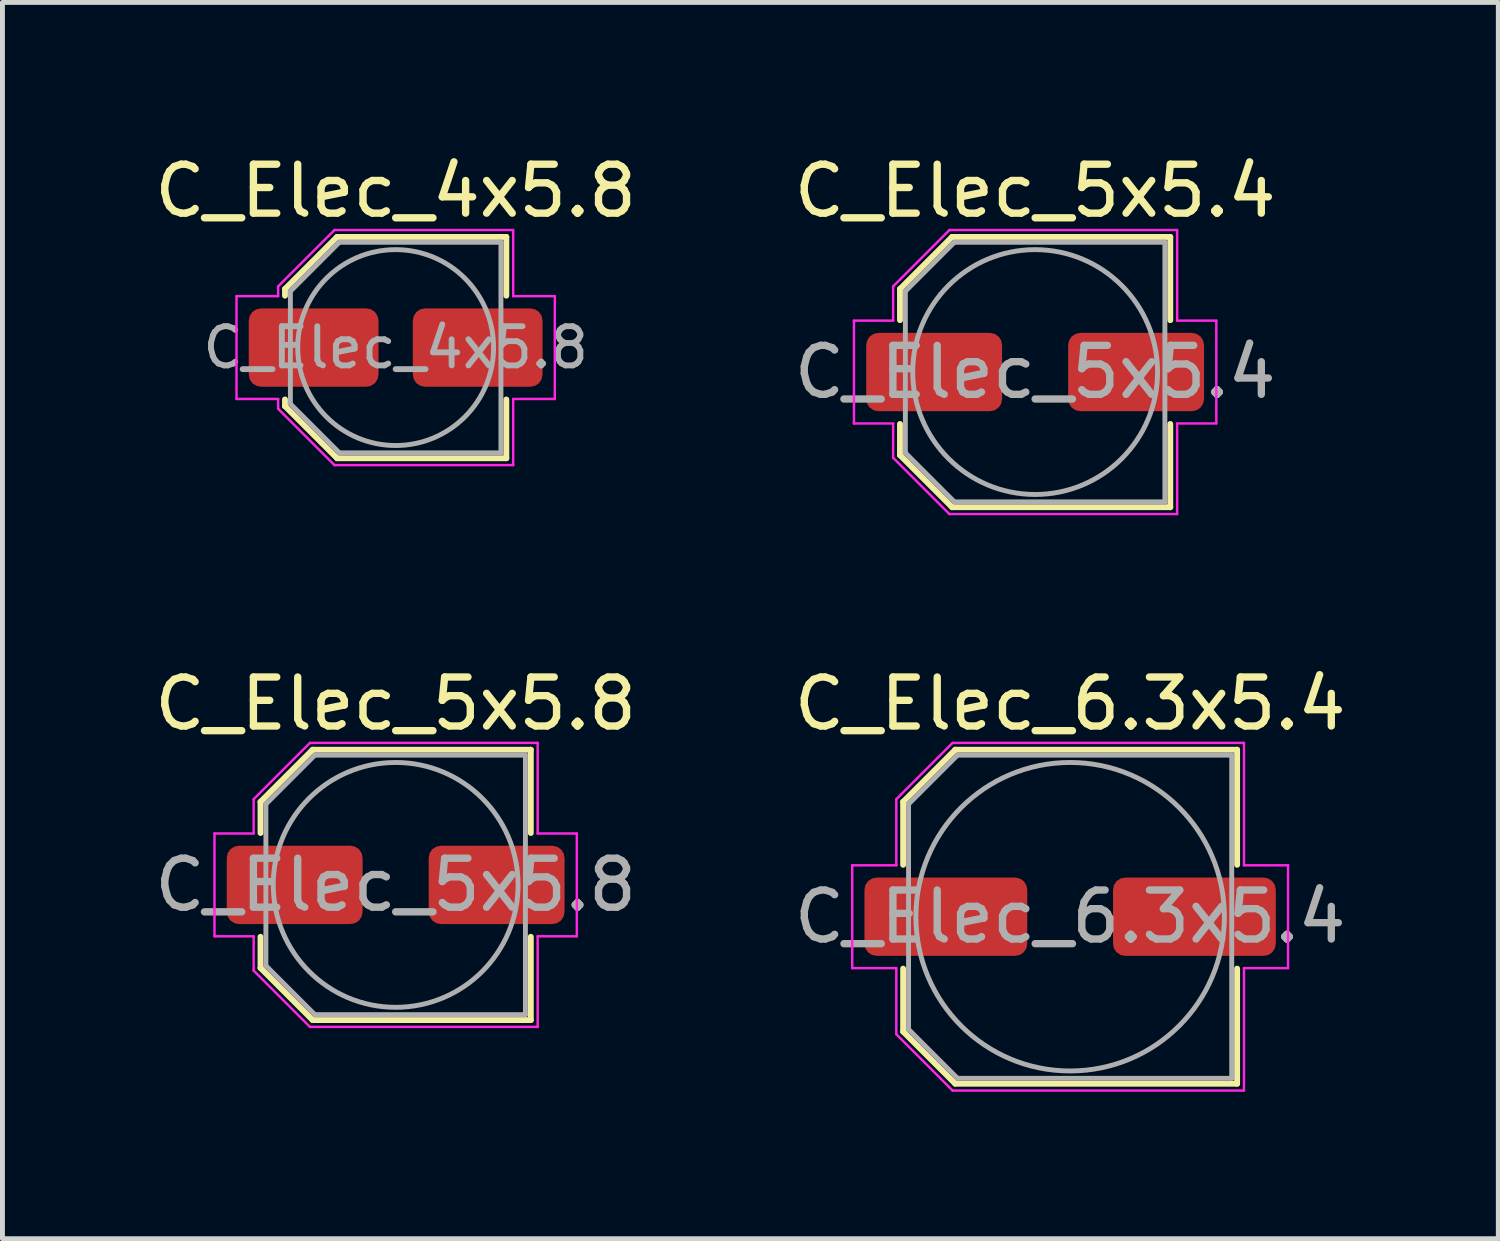
<source format=kicad_pcb>
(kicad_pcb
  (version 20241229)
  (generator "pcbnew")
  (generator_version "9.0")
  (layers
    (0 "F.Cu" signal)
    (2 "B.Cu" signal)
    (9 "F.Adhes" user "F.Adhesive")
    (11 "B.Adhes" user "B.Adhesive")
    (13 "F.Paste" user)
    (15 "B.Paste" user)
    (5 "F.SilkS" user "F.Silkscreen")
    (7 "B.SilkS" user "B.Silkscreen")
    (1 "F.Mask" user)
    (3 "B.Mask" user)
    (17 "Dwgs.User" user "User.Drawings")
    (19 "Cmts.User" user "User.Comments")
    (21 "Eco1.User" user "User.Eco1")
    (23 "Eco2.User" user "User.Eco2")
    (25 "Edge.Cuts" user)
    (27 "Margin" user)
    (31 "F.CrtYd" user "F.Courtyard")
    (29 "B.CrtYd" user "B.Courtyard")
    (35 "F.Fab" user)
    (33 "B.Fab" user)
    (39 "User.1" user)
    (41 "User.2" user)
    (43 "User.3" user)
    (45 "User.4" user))
  (footprint "C_Elec_6.3x5.4"
    (layer "F.Cu")
    (at 18.804 15.671)
    (property "Reference" "C_Elec_6.3x5.4" (at 0 -4.35 0) (layer "F.SilkS") (effects (font (size 1 1) (thickness 0.15))))
    (attr smd)
    (fp_line (start -3.41 -2.346) (end -3.41 -1.06) (stroke (width 0.12) (type solid)) (layer "F.SilkS"))
    (fp_line (start -3.41 -2.346) (end -2.346 -3.41) (stroke (width 0.12) (type solid)) (layer "F.SilkS"))
    (fp_line (start -3.41 2.346) (end -3.41 1.06) (stroke (width 0.12) (type solid)) (layer "F.SilkS"))
    (fp_line (start -3.41 2.346) (end -2.346 3.41) (stroke (width 0.12) (type solid)) (layer "F.SilkS"))
    (fp_line (start -2.346 -3.41) (end 3.41 -3.41) (stroke (width 0.12) (type solid)) (layer "F.SilkS"))
    (fp_line (start -2.346 3.41) (end 3.41 3.41) (stroke (width 0.12) (type solid)) (layer "F.SilkS"))
    (fp_line (start 3.41 -3.41) (end 3.41 -1.06) (stroke (width 0.12) (type solid)) (layer "F.SilkS"))
    (fp_line (start 3.41 3.41) (end 3.41 1.06) (stroke (width 0.12) (type solid)) (layer "F.SilkS"))
    (fp_line (start -4.45 -1.05) (end -4.45 1.05) (stroke (width 0.05) (type solid)) (layer "F.CrtYd"))
    (fp_line (start -4.45 1.05) (end -3.55 1.05) (stroke (width 0.05) (type solid)) (layer "F.CrtYd"))
    (fp_line (start -3.55 -2.4) (end -3.55 -1.05) (stroke (width 0.05) (type solid)) (layer "F.CrtYd"))
    (fp_line (start -3.55 -2.4) (end -2.4 -3.55) (stroke (width 0.05) (type solid)) (layer "F.CrtYd"))
    (fp_line (start -3.55 -1.05) (end -4.45 -1.05) (stroke (width 0.05) (type solid)) (layer "F.CrtYd"))
    (fp_line (start -3.55 1.05) (end -3.55 2.4) (stroke (width 0.05) (type solid)) (layer "F.CrtYd"))
    (fp_line (start -3.55 2.4) (end -2.4 3.55) (stroke (width 0.05) (type solid)) (layer "F.CrtYd"))
    (fp_line (start -2.4 -3.55) (end 3.55 -3.55) (stroke (width 0.05) (type solid)) (layer "F.CrtYd"))
    (fp_line (start -2.4 3.55) (end 3.55 3.55) (stroke (width 0.05) (type solid)) (layer "F.CrtYd"))
    (fp_line (start 3.55 -3.55) (end 3.55 -1.05) (stroke (width 0.05) (type solid)) (layer "F.CrtYd"))
    (fp_line (start 3.55 -1.05) (end 4.45 -1.05) (stroke (width 0.05) (type solid)) (layer "F.CrtYd"))
    (fp_line (start 3.55 1.05) (end 3.55 3.55) (stroke (width 0.05) (type solid)) (layer "F.CrtYd"))
    (fp_line (start 4.45 -1.05) (end 4.45 1.05) (stroke (width 0.05) (type solid)) (layer "F.CrtYd"))
    (fp_line (start 4.45 1.05) (end 3.55 1.05) (stroke (width 0.05) (type solid)) (layer "F.CrtYd"))
    (fp_line (start -3.3 -2.3) (end -3.3 2.3) (stroke (width 0.1) (type solid)) (layer "F.Fab"))
    (fp_line (start -3.3 -2.3) (end -2.3 -3.3) (stroke (width 0.1) (type solid)) (layer "F.Fab"))
    (fp_line (start -3.3 2.3) (end -2.3 3.3) (stroke (width 0.1) (type solid)) (layer "F.Fab"))
    (fp_line (start -2.3 -3.3) (end 3.3 -3.3) (stroke (width 0.1) (type solid)) (layer "F.Fab"))
    (fp_line (start -2.3 3.3) (end 3.3 3.3) (stroke (width 0.1) (type solid)) (layer "F.Fab"))
    (fp_line (start 3.3 -3.3) (end 3.3 3.3) (stroke (width 0.1) (type solid)) (layer "F.Fab"))
    (fp_circle (center 0 0) (end 3.15 0) (stroke (width 0.1) (type solid)) (fill no) (layer "F.Fab"))
    (fp_text user "${REFERENCE}" (at 0 0 0) (layer "F.Fab") (effects (font (size 1 1) (thickness 0.15))))
    (pad "1" smd roundrect (at -2.538 0) (size 3.325 1.6) (layers "F.Cu" "F.Mask" "F.Paste") (roundrect_rratio 0.156))
    (pad "2" smd roundrect (at 2.538 0) (size 3.325 1.6) (layers "F.Cu" "F.Mask" "F.Paste") (roundrect_rratio 0.156)))
  (footprint "C_Elec_4x5.8"
    (layer "F.Cu")
    (at 5.03 4.048)
    (property "Reference" "C_Elec_4x5.8" (at 0 -3.2 0) (layer "F.SilkS") (effects (font (size 1 1) (thickness 0.15))))
    (attr smd)
    (fp_line (start -2.26 -1.196) (end -2.26 -1.06) (stroke (width 0.12) (type solid)) (layer "F.SilkS"))
    (fp_line (start -2.26 -1.196) (end -1.196 -2.26) (stroke (width 0.12) (type solid)) (layer "F.SilkS"))
    (fp_line (start -2.26 1.196) (end -2.26 1.06) (stroke (width 0.12) (type solid)) (layer "F.SilkS"))
    (fp_line (start -2.26 1.196) (end -1.196 2.26) (stroke (width 0.12) (type solid)) (layer "F.SilkS"))
    (fp_line (start -1.196 -2.26) (end 2.26 -2.26) (stroke (width 0.12) (type solid)) (layer "F.SilkS"))
    (fp_line (start -1.196 2.26) (end 2.26 2.26) (stroke (width 0.12) (type solid)) (layer "F.SilkS"))
    (fp_line (start 2.26 -2.26) (end 2.26 -1.06) (stroke (width 0.12) (type solid)) (layer "F.SilkS"))
    (fp_line (start 2.26 2.26) (end 2.26 1.06) (stroke (width 0.12) (type solid)) (layer "F.SilkS"))
    (fp_line (start -3.25 -1.05) (end -3.25 1.05) (stroke (width 0.05) (type solid)) (layer "F.CrtYd"))
    (fp_line (start -3.25 1.05) (end -2.4 1.05) (stroke (width 0.05) (type solid)) (layer "F.CrtYd"))
    (fp_line (start -2.4 -1.25) (end -2.4 -1.05) (stroke (width 0.05) (type solid)) (layer "F.CrtYd"))
    (fp_line (start -2.4 -1.25) (end -1.25 -2.4) (stroke (width 0.05) (type solid)) (layer "F.CrtYd"))
    (fp_line (start -2.4 -1.05) (end -3.25 -1.05) (stroke (width 0.05) (type solid)) (layer "F.CrtYd"))
    (fp_line (start -2.4 1.05) (end -2.4 1.25) (stroke (width 0.05) (type solid)) (layer "F.CrtYd"))
    (fp_line (start -2.4 1.25) (end -1.25 2.4) (stroke (width 0.05) (type solid)) (layer "F.CrtYd"))
    (fp_line (start -1.25 -2.4) (end 2.4 -2.4) (stroke (width 0.05) (type solid)) (layer "F.CrtYd"))
    (fp_line (start -1.25 2.4) (end 2.4 2.4) (stroke (width 0.05) (type solid)) (layer "F.CrtYd"))
    (fp_line (start 2.4 -2.4) (end 2.4 -1.05) (stroke (width 0.05) (type solid)) (layer "F.CrtYd"))
    (fp_line (start 2.4 -1.05) (end 3.25 -1.05) (stroke (width 0.05) (type solid)) (layer "F.CrtYd"))
    (fp_line (start 2.4 1.05) (end 2.4 2.4) (stroke (width 0.05) (type solid)) (layer "F.CrtYd"))
    (fp_line (start 3.25 -1.05) (end 3.25 1.05) (stroke (width 0.05) (type solid)) (layer "F.CrtYd"))
    (fp_line (start 3.25 1.05) (end 2.4 1.05) (stroke (width 0.05) (type solid)) (layer "F.CrtYd"))
    (fp_line (start -2.15 -1.15) (end -2.15 1.15) (stroke (width 0.1) (type solid)) (layer "F.Fab"))
    (fp_line (start -2.15 -1.15) (end -1.15 -2.15) (stroke (width 0.1) (type solid)) (layer "F.Fab"))
    (fp_line (start -2.15 1.15) (end -1.15 2.15) (stroke (width 0.1) (type solid)) (layer "F.Fab"))
    (fp_line (start -1.15 -2.15) (end 2.15 -2.15) (stroke (width 0.1) (type solid)) (layer "F.Fab"))
    (fp_line (start -1.15 2.15) (end 2.15 2.15) (stroke (width 0.1) (type solid)) (layer "F.Fab"))
    (fp_line (start 2.15 -2.15) (end 2.15 2.15) (stroke (width 0.1) (type solid)) (layer "F.Fab"))
    (fp_circle (center 0 0) (end 2 0) (stroke (width 0.1) (type solid)) (fill no) (layer "F.Fab"))
    (fp_text user "${REFERENCE}" (at 0 0 0) (layer "F.Fab") (effects (font (size 0.8 0.8) (thickness 0.12))))
    (pad "1" smd roundrect (at -1.675 0) (size 2.65 1.6) (layers "F.Cu" "F.Mask" "F.Paste") (roundrect_rratio 0.156))
    (pad "2" smd roundrect (at 1.675 0) (size 2.65 1.6) (layers "F.Cu" "F.Mask" "F.Paste") (roundrect_rratio 0.156)))
  (footprint "C_Elec_5x5.4"
    (layer "F.Cu")
    (at 18.089 4.548)
    (property "Reference" "C_Elec_5x5.4" (at 0 -3.7 0) (layer "F.SilkS") (effects (font (size 1 1) (thickness 0.15))))
    (attr smd)
    (fp_line (start -2.76 -1.696) (end -2.76 -1.06) (stroke (width 0.12) (type solid)) (layer "F.SilkS"))
    (fp_line (start -2.76 -1.696) (end -1.696 -2.76) (stroke (width 0.12) (type solid)) (layer "F.SilkS"))
    (fp_line (start -2.76 1.696) (end -2.76 1.06) (stroke (width 0.12) (type solid)) (layer "F.SilkS"))
    (fp_line (start -2.76 1.696) (end -1.696 2.76) (stroke (width 0.12) (type solid)) (layer "F.SilkS"))
    (fp_line (start -1.696 -2.76) (end 2.76 -2.76) (stroke (width 0.12) (type solid)) (layer "F.SilkS"))
    (fp_line (start -1.696 2.76) (end 2.76 2.76) (stroke (width 0.12) (type solid)) (layer "F.SilkS"))
    (fp_line (start 2.76 -2.76) (end 2.76 -1.06) (stroke (width 0.12) (type solid)) (layer "F.SilkS"))
    (fp_line (start 2.76 2.76) (end 2.76 1.06) (stroke (width 0.12) (type solid)) (layer "F.SilkS"))
    (fp_line (start -3.7 -1.05) (end -3.7 1.05) (stroke (width 0.05) (type solid)) (layer "F.CrtYd"))
    (fp_line (start -3.7 1.05) (end -2.9 1.05) (stroke (width 0.05) (type solid)) (layer "F.CrtYd"))
    (fp_line (start -2.9 -1.75) (end -2.9 -1.05) (stroke (width 0.05) (type solid)) (layer "F.CrtYd"))
    (fp_line (start -2.9 -1.75) (end -1.75 -2.9) (stroke (width 0.05) (type solid)) (layer "F.CrtYd"))
    (fp_line (start -2.9 -1.05) (end -3.7 -1.05) (stroke (width 0.05) (type solid)) (layer "F.CrtYd"))
    (fp_line (start -2.9 1.05) (end -2.9 1.75) (stroke (width 0.05) (type solid)) (layer "F.CrtYd"))
    (fp_line (start -2.9 1.75) (end -1.75 2.9) (stroke (width 0.05) (type solid)) (layer "F.CrtYd"))
    (fp_line (start -1.75 -2.9) (end 2.9 -2.9) (stroke (width 0.05) (type solid)) (layer "F.CrtYd"))
    (fp_line (start -1.75 2.9) (end 2.9 2.9) (stroke (width 0.05) (type solid)) (layer "F.CrtYd"))
    (fp_line (start 2.9 -2.9) (end 2.9 -1.05) (stroke (width 0.05) (type solid)) (layer "F.CrtYd"))
    (fp_line (start 2.9 -1.05) (end 3.7 -1.05) (stroke (width 0.05) (type solid)) (layer "F.CrtYd"))
    (fp_line (start 2.9 1.05) (end 2.9 2.9) (stroke (width 0.05) (type solid)) (layer "F.CrtYd"))
    (fp_line (start 3.7 -1.05) (end 3.7 1.05) (stroke (width 0.05) (type solid)) (layer "F.CrtYd"))
    (fp_line (start 3.7 1.05) (end 2.9 1.05) (stroke (width 0.05) (type solid)) (layer "F.CrtYd"))
    (fp_line (start -2.65 -1.65) (end -2.65 1.65) (stroke (width 0.1) (type solid)) (layer "F.Fab"))
    (fp_line (start -2.65 -1.65) (end -1.65 -2.65) (stroke (width 0.1) (type solid)) (layer "F.Fab"))
    (fp_line (start -2.65 1.65) (end -1.65 2.65) (stroke (width 0.1) (type solid)) (layer "F.Fab"))
    (fp_line (start -1.65 -2.65) (end 2.65 -2.65) (stroke (width 0.1) (type solid)) (layer "F.Fab"))
    (fp_line (start -1.65 2.65) (end 2.65 2.65) (stroke (width 0.1) (type solid)) (layer "F.Fab"))
    (fp_line (start 2.65 -2.65) (end 2.65 2.65) (stroke (width 0.1) (type solid)) (layer "F.Fab"))
    (fp_circle (center 0 0) (end 2.5 0) (stroke (width 0.1) (type solid)) (fill no) (layer "F.Fab"))
    (fp_text user "${REFERENCE}" (at 0 0 0) (layer "F.Fab") (effects (font (size 1 1) (thickness 0.15))))
    (pad "1" smd roundrect (at -2.062 0) (size 2.775 1.6) (layers "F.Cu" "F.Mask" "F.Paste") (roundrect_rratio 0.156))
    (pad "2" smd roundrect (at 2.062 0) (size 2.775 1.6) (layers "F.Cu" "F.Mask" "F.Paste") (roundrect_rratio 0.156)))
  (footprint "C_Elec_5x5.8"
    (layer "F.Cu")
    (at 5.03 15.021)
    (property "Reference" "C_Elec_5x5.8" (at 0 -3.7 0) (layer "F.SilkS") (effects (font (size 1 1) (thickness 0.15))))
    (attr smd)
    (fp_line (start -2.76 -1.696) (end -2.76 -1.06) (stroke (width 0.12) (type solid)) (layer "F.SilkS"))
    (fp_line (start -2.76 -1.696) (end -1.696 -2.76) (stroke (width 0.12) (type solid)) (layer "F.SilkS"))
    (fp_line (start -2.76 1.696) (end -2.76 1.06) (stroke (width 0.12) (type solid)) (layer "F.SilkS"))
    (fp_line (start -2.76 1.696) (end -1.696 2.76) (stroke (width 0.12) (type solid)) (layer "F.SilkS"))
    (fp_line (start -1.696 -2.76) (end 2.76 -2.76) (stroke (width 0.12) (type solid)) (layer "F.SilkS"))
    (fp_line (start -1.696 2.76) (end 2.76 2.76) (stroke (width 0.12) (type solid)) (layer "F.SilkS"))
    (fp_line (start 2.76 -2.76) (end 2.76 -1.06) (stroke (width 0.12) (type solid)) (layer "F.SilkS"))
    (fp_line (start 2.76 2.76) (end 2.76 1.06) (stroke (width 0.12) (type solid)) (layer "F.SilkS"))
    (fp_line (start -3.7 -1.05) (end -3.7 1.05) (stroke (width 0.05) (type solid)) (layer "F.CrtYd"))
    (fp_line (start -3.7 1.05) (end -2.9 1.05) (stroke (width 0.05) (type solid)) (layer "F.CrtYd"))
    (fp_line (start -2.9 -1.75) (end -2.9 -1.05) (stroke (width 0.05) (type solid)) (layer "F.CrtYd"))
    (fp_line (start -2.9 -1.75) (end -1.75 -2.9) (stroke (width 0.05) (type solid)) (layer "F.CrtYd"))
    (fp_line (start -2.9 -1.05) (end -3.7 -1.05) (stroke (width 0.05) (type solid)) (layer "F.CrtYd"))
    (fp_line (start -2.9 1.05) (end -2.9 1.75) (stroke (width 0.05) (type solid)) (layer "F.CrtYd"))
    (fp_line (start -2.9 1.75) (end -1.75 2.9) (stroke (width 0.05) (type solid)) (layer "F.CrtYd"))
    (fp_line (start -1.75 -2.9) (end 2.9 -2.9) (stroke (width 0.05) (type solid)) (layer "F.CrtYd"))
    (fp_line (start -1.75 2.9) (end 2.9 2.9) (stroke (width 0.05) (type solid)) (layer "F.CrtYd"))
    (fp_line (start 2.9 -2.9) (end 2.9 -1.05) (stroke (width 0.05) (type solid)) (layer "F.CrtYd"))
    (fp_line (start 2.9 -1.05) (end 3.7 -1.05) (stroke (width 0.05) (type solid)) (layer "F.CrtYd"))
    (fp_line (start 2.9 1.05) (end 2.9 2.9) (stroke (width 0.05) (type solid)) (layer "F.CrtYd"))
    (fp_line (start 3.7 -1.05) (end 3.7 1.05) (stroke (width 0.05) (type solid)) (layer "F.CrtYd"))
    (fp_line (start 3.7 1.05) (end 2.9 1.05) (stroke (width 0.05) (type solid)) (layer "F.CrtYd"))
    (fp_line (start -2.65 -1.65) (end -2.65 1.65) (stroke (width 0.1) (type solid)) (layer "F.Fab"))
    (fp_line (start -2.65 -1.65) (end -1.65 -2.65) (stroke (width 0.1) (type solid)) (layer "F.Fab"))
    (fp_line (start -2.65 1.65) (end -1.65 2.65) (stroke (width 0.1) (type solid)) (layer "F.Fab"))
    (fp_line (start -1.65 -2.65) (end 2.65 -2.65) (stroke (width 0.1) (type solid)) (layer "F.Fab"))
    (fp_line (start -1.65 2.65) (end 2.65 2.65) (stroke (width 0.1) (type solid)) (layer "F.Fab"))
    (fp_line (start 2.65 -2.65) (end 2.65 2.65) (stroke (width 0.1) (type solid)) (layer "F.Fab"))
    (fp_circle (center 0 0) (end 2.5 0) (stroke (width 0.1) (type solid)) (fill no) (layer "F.Fab"))
    (fp_text user "${REFERENCE}" (at 0 0 0) (layer "F.Fab") (effects (font (size 1 1) (thickness 0.15))))
    (pad "1" smd roundrect (at -2.062 0) (size 2.775 1.6) (layers "F.Cu" "F.Mask" "F.Paste") (roundrect_rratio 0.156))
    (pad "2" smd roundrect (at 2.062 0) (size 2.775 1.6) (layers "F.Cu" "F.Mask" "F.Paste") (roundrect_rratio 0.156)))
  (gr_rect
    (start -3 -3)
    (end 27.548 22.247)
    (stroke (width 0.1) (type default))
    (fill no)
    (layer "Edge.Cuts")))
</source>
